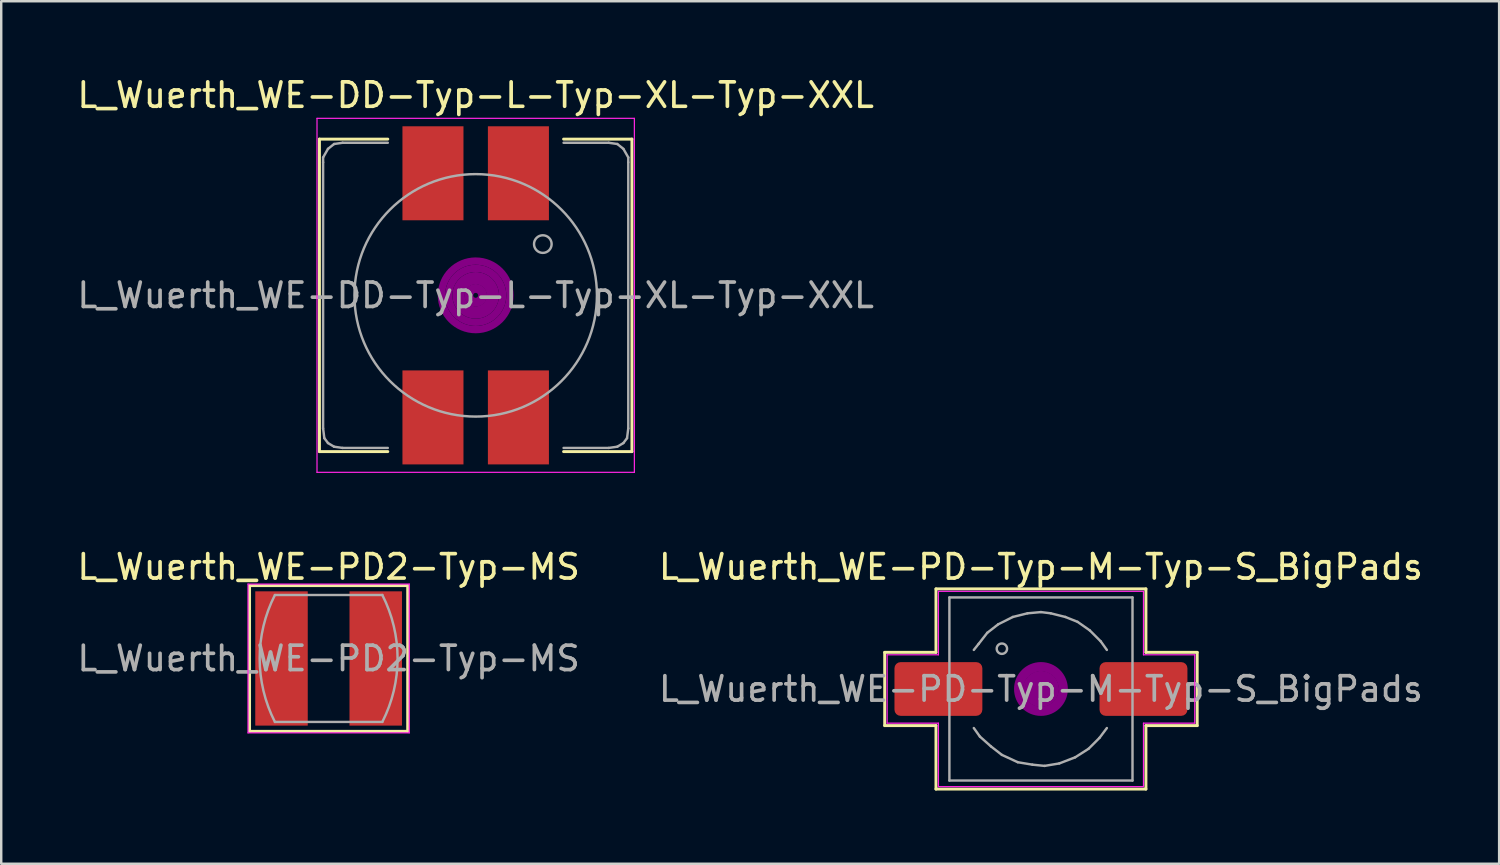
<source format=kicad_pcb>
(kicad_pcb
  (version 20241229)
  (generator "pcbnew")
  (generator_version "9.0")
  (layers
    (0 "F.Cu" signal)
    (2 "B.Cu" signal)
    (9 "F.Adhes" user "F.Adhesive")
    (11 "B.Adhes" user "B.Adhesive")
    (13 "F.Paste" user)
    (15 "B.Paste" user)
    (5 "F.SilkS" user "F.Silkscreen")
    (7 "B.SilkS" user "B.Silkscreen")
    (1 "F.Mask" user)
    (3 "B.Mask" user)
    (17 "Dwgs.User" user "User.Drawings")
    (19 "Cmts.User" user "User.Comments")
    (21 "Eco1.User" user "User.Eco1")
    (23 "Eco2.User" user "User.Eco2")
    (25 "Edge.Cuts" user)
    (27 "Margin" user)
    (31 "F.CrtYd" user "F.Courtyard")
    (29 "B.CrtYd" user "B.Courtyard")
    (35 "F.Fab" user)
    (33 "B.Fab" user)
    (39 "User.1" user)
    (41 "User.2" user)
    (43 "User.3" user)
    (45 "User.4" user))
  (footprint "L_Wuerth_WE-DD-Typ-L-Typ-XL-Typ-XXL"
    (layer "F.Cu")
    (at 16.435 9.048)
    (property "Reference" "L_Wuerth_WE-DD-Typ-L-Typ-XL-Typ-XXL" (at 0 -8.2 0) (layer "F.SilkS") (effects (font (size 1 1) (thickness 0.15))))
    (attr smd)
    (fp_line (start -6.4 -6.4) (end -3.6 -6.4) (stroke (width 0.12) (type solid)) (layer "F.SilkS"))
    (fp_line (start -6.4 6.4) (end -6.4 -6.4) (stroke (width 0.12) (type solid)) (layer "F.SilkS"))
    (fp_line (start -3.6 6.4) (end -6.4 6.4) (stroke (width 0.12) (type solid)) (layer "F.SilkS"))
    (fp_line (start 3.6 -6.4) (end 6.4 -6.4) (stroke (width 0.12) (type solid)) (layer "F.SilkS"))
    (fp_line (start 6.4 -6.4) (end 6.4 6.4) (stroke (width 0.12) (type solid)) (layer "F.SilkS"))
    (fp_line (start 6.4 6.4) (end 3.6 6.4) (stroke (width 0.12) (type solid)) (layer "F.SilkS"))
    (fp_circle (center 0 0) (end 0.1 0) (stroke (width 0.3) (type solid)) (fill no) (layer "F.Adhes"))
    (fp_circle (center 0 0) (end 0.3 0.1) (stroke (width 0.3) (type solid)) (fill no) (layer "F.Adhes"))
    (fp_circle (center 0 0) (end 0.6 0) (stroke (width 0.3) (type solid)) (fill no) (layer "F.Adhes"))
    (fp_circle (center 0 0) (end 0.8 -0.1) (stroke (width 0.3) (type solid)) (fill no) (layer "F.Adhes"))
    (fp_circle (center 0 0) (end 1.1 -0.1) (stroke (width 0.3) (type solid)) (fill no) (layer "F.Adhes"))
    (fp_circle (center 0 0) (end 1.4 -0.1) (stroke (width 0.3) (type solid)) (fill no) (layer "F.Adhes"))
    (fp_line (start -6.5 -7.25) (end 6.5 -7.25) (stroke (width 0.05) (type solid)) (layer "F.CrtYd"))
    (fp_line (start -6.5 7.25) (end -6.5 -7.25) (stroke (width 0.05) (type solid)) (layer "F.CrtYd"))
    (fp_line (start 6.5 -7.25) (end 6.5 7.25) (stroke (width 0.05) (type solid)) (layer "F.CrtYd"))
    (fp_line (start 6.5 7.25) (end -6.5 7.25) (stroke (width 0.05) (type solid)) (layer "F.CrtYd"))
    (fp_line (start -6.25 -5.65) (end -6.25 -5.45) (stroke (width 0.1) (type solid)) (layer "F.Fab"))
    (fp_line (start -6.25 -5.45) (end -6.25 5.45) (stroke (width 0.1) (type solid)) (layer "F.Fab"))
    (fp_line (start -6.2 5.85) (end -6.25 5.45) (stroke (width 0.1) (type solid)) (layer "F.Fab"))
    (fp_line (start -6.05 -6) (end -6.25 -5.65) (stroke (width 0.1) (type solid)) (layer "F.Fab"))
    (fp_line (start -6.05 6.05) (end -6.2 5.85) (stroke (width 0.1) (type solid)) (layer "F.Fab"))
    (fp_line (start -5.8 -6.2) (end -6.05 -6) (stroke (width 0.1) (type solid)) (layer "F.Fab"))
    (fp_line (start -5.8 6.2) (end -6.05 6.05) (stroke (width 0.1) (type solid)) (layer "F.Fab"))
    (fp_line (start -5.45 -6.25) (end -5.8 -6.2) (stroke (width 0.1) (type solid)) (layer "F.Fab"))
    (fp_line (start -5.45 6.25) (end -5.8 6.2) (stroke (width 0.1) (type solid)) (layer "F.Fab"))
    (fp_line (start -3.6 -6.25) (end -5.45 -6.25) (stroke (width 0.1) (type solid)) (layer "F.Fab"))
    (fp_line (start -3.6 6.25) (end -5.45 6.25) (stroke (width 0.1) (type solid)) (layer "F.Fab"))
    (fp_line (start 3.6 -6.25) (end 5.45 -6.25) (stroke (width 0.1) (type solid)) (layer "F.Fab"))
    (fp_line (start 3.6 6.25) (end 5.45 6.25) (stroke (width 0.1) (type solid)) (layer "F.Fab"))
    (fp_line (start 5.45 -6.25) (end 5.8 -6.2) (stroke (width 0.1) (type solid)) (layer "F.Fab"))
    (fp_line (start 5.45 6.25) (end 5.8 6.2) (stroke (width 0.1) (type solid)) (layer "F.Fab"))
    (fp_line (start 5.8 -6.2) (end 6.05 -6) (stroke (width 0.1) (type solid)) (layer "F.Fab"))
    (fp_line (start 5.8 6.2) (end 6.05 6.05) (stroke (width 0.1) (type solid)) (layer "F.Fab"))
    (fp_line (start 6.05 -6) (end 6.25 -5.65) (stroke (width 0.1) (type solid)) (layer "F.Fab"))
    (fp_line (start 6.05 6.05) (end 6.2 5.85) (stroke (width 0.1) (type solid)) (layer "F.Fab"))
    (fp_line (start 6.2 5.85) (end 6.25 5.45) (stroke (width 0.1) (type solid)) (layer "F.Fab"))
    (fp_line (start 6.25 -5.65) (end 6.25 -5.45) (stroke (width 0.1) (type solid)) (layer "F.Fab"))
    (fp_line (start 6.25 -5.45) (end 6.25 5.45) (stroke (width 0.1) (type solid)) (layer "F.Fab"))
    (fp_circle (center 0 0) (end 2.1 4.5) (stroke (width 0.1) (type solid)) (fill no) (layer "F.Fab"))
    (fp_circle (center 2.75 -2.1) (end 3.05 -1.9) (stroke (width 0.1) (type solid)) (fill no) (layer "F.Fab"))
    (fp_text user "${REFERENCE}" (at 0 0 0) (layer "F.Fab") (effects (font (size 1 1) (thickness 0.15))))
    (pad "1" smd rect (at -1.75 -5) (size 2.5 3.85) (layers "F.Cu" "F.Mask" "F.Paste"))
    (pad "2" smd rect (at 1.75 -5) (size 2.5 3.85) (layers "F.Cu" "F.Mask" "F.Paste"))
    (pad "3" smd rect (at 1.75 5) (size 2.5 3.85) (layers "F.Cu" "F.Mask" "F.Paste"))
    (pad "4" smd rect (at -1.75 5) (size 2.5 3.85) (layers "F.Cu" "F.Mask" "F.Paste")))
  (footprint "L_Wuerth_WE-PD2-Typ-MS"
    (layer "F.Cu")
    (at 10.411 23.922)
    (property "Reference" "L_Wuerth_WE-PD2-Typ-MS" (at 0 -3.75 0) (layer "F.SilkS") (effects (font (size 1 1) (thickness 0.15))))
    (attr smd)
    (fp_line (start -3.239 -2.985) (end 3.239 -2.985) (stroke (width 0.12) (type solid)) (layer "F.SilkS"))
    (fp_line (start -3.239 2.985) (end -3.239 -2.985) (stroke (width 0.12) (type solid)) (layer "F.SilkS"))
    (fp_line (start 3.239 -2.985) (end 3.239 2.985) (stroke (width 0.12) (type solid)) (layer "F.SilkS"))
    (fp_line (start 3.239 2.985) (end -3.239 2.985) (stroke (width 0.12) (type solid)) (layer "F.SilkS"))
    (fp_line (start -3.302 -3.048) (end 3.302 -3.048) (stroke (width 0.05) (type solid)) (layer "F.CrtYd"))
    (fp_line (start -3.302 3.048) (end -3.302 -3.048) (stroke (width 0.05) (type solid)) (layer "F.CrtYd"))
    (fp_line (start 3.302 -3.048) (end 3.302 3.048) (stroke (width 0.05) (type solid)) (layer "F.CrtYd"))
    (fp_line (start 3.302 3.048) (end -3.302 3.048) (stroke (width 0.05) (type solid)) (layer "F.CrtYd"))
    (fp_line (start -2.2 -2.6) (end 2.2 -2.6) (stroke (width 0.1) (type solid)) (layer "F.Fab"))
    (fp_line (start 2.2 2.6) (end -2.2 2.6) (stroke (width 0.1) (type solid)) (layer "F.Fab"))
    (fp_arc (start -2.2 2.6) (mid -2.824509 0.001265) (end -2.201149 -2.597745) (stroke (width 0.1) (type solid)) (layer "F.Fab"))
    (fp_arc (start 2.2 -2.6) (mid 2.824509 -0.001265) (end 2.201149 2.597745) (stroke (width 0.1) (type solid)) (layer "F.Fab"))
    (fp_text user "${REFERENCE}" (at 0 0 0) (layer "F.Fab") (effects (font (size 1 1) (thickness 0.15))))
    (pad "1" smd rect (at -1.93 0) (size 2.15 5.5) (layers "F.Cu" "F.Mask" "F.Paste"))
    (pad "2" smd rect (at 1.93 0) (size 2.15 5.5) (layers "F.Cu" "F.Mask" "F.Paste")))
  (footprint "L_Wuerth_WE-PD-Typ-M-Typ-S_BigPads"
    (layer "F.Cu")
    (at 39.589 25.172)
    (property "Reference" "L_Wuerth_WE-PD-Typ-M-Typ-S_BigPads" (at 0 -5 0) (layer "F.SilkS") (effects (font (size 1 1) (thickness 0.15))))
    (attr smd)
    (fp_line (start -6.4 -1.5) (end -6.4 1.5) (stroke (width 0.12) (type solid)) (layer "F.SilkS"))
    (fp_line (start -6.4 1.5) (end -4.3 1.5) (stroke (width 0.12) (type solid)) (layer "F.SilkS"))
    (fp_line (start -4.3 -4.1) (end -4.3 -1.5) (stroke (width 0.12) (type solid)) (layer "F.SilkS"))
    (fp_line (start -4.3 -1.5) (end -6.4 -1.5) (stroke (width 0.12) (type solid)) (layer "F.SilkS"))
    (fp_line (start -4.3 1.5) (end -4.3 4.1) (stroke (width 0.12) (type solid)) (layer "F.SilkS"))
    (fp_line (start -4.3 4.1) (end 4.3 4.1) (stroke (width 0.12) (type solid)) (layer "F.SilkS"))
    (fp_line (start 4.3 -4.1) (end -4.3 -4.1) (stroke (width 0.12) (type solid)) (layer "F.SilkS"))
    (fp_line (start 4.3 -1.5) (end 4.3 -4.1) (stroke (width 0.12) (type solid)) (layer "F.SilkS"))
    (fp_line (start 4.3 1.5) (end 6.4 1.5) (stroke (width 0.12) (type solid)) (layer "F.SilkS"))
    (fp_line (start 4.3 4.1) (end 4.3 1.5) (stroke (width 0.12) (type solid)) (layer "F.SilkS"))
    (fp_line (start 6.4 -1.5) (end 4.3 -1.5) (stroke (width 0.12) (type solid)) (layer "F.SilkS"))
    (fp_line (start 6.4 1.5) (end 6.4 -1.5) (stroke (width 0.12) (type solid)) (layer "F.SilkS"))
    (fp_circle (center 0 0) (end 0.15 0.15) (stroke (width 0.38) (type solid)) (fill no) (layer "F.Adhes"))
    (fp_circle (center 0 0) (end 0.55 0.05) (stroke (width 0.38) (type solid)) (fill no) (layer "F.Adhes"))
    (fp_circle (center 0 0) (end 0.9 0.15) (stroke (width 0.38) (type solid)) (fill no) (layer "F.Adhes"))
    (fp_line (start -6.3 -1.4) (end -6.3 1.4) (stroke (width 0.05) (type solid)) (layer "F.CrtYd"))
    (fp_line (start -6.3 1.4) (end -4.2 1.4) (stroke (width 0.05) (type solid)) (layer "F.CrtYd"))
    (fp_line (start -4.2 -4) (end -4.2 -1.4) (stroke (width 0.05) (type solid)) (layer "F.CrtYd"))
    (fp_line (start -4.2 -1.4) (end -6.3 -1.4) (stroke (width 0.05) (type solid)) (layer "F.CrtYd"))
    (fp_line (start -4.2 1.4) (end -4.2 4) (stroke (width 0.05) (type solid)) (layer "F.CrtYd"))
    (fp_line (start -4.2 4) (end 4.2 4) (stroke (width 0.05) (type solid)) (layer "F.CrtYd"))
    (fp_line (start 4.2 -4) (end -4.2 -4) (stroke (width 0.05) (type solid)) (layer "F.CrtYd"))
    (fp_line (start 4.2 -1.4) (end 4.2 -4) (stroke (width 0.05) (type solid)) (layer "F.CrtYd"))
    (fp_line (start 4.2 1.4) (end 6.3 1.4) (stroke (width 0.05) (type solid)) (layer "F.CrtYd"))
    (fp_line (start 4.2 4) (end 4.2 1.4) (stroke (width 0.05) (type solid)) (layer "F.CrtYd"))
    (fp_line (start 6.3 -1.4) (end 4.2 -1.4) (stroke (width 0.05) (type solid)) (layer "F.CrtYd"))
    (fp_line (start 6.3 1.4) (end 6.3 -1.4) (stroke (width 0.05) (type solid)) (layer "F.CrtYd"))
    (fp_line (start -3.75 -3.75) (end -3.75 3.75) (stroke (width 0.1) (type solid)) (layer "F.Fab"))
    (fp_line (start -3.75 3.75) (end 3.75 3.75) (stroke (width 0.1) (type solid)) (layer "F.Fab"))
    (fp_line (start -2.75 1.6) (end -2.5 1.95) (stroke (width 0.1) (type solid)) (layer "F.Fab"))
    (fp_line (start -2.55 -1.85) (end -2.75 -1.6) (stroke (width 0.1) (type solid)) (layer "F.Fab"))
    (fp_line (start -2.5 1.95) (end -2.05 2.35) (stroke (width 0.1) (type solid)) (layer "F.Fab"))
    (fp_line (start -2.2 -2.3) (end -2.55 -1.85) (stroke (width 0.1) (type solid)) (layer "F.Fab"))
    (fp_line (start -2.05 2.35) (end -1.6 2.7) (stroke (width 0.1) (type solid)) (layer "F.Fab"))
    (fp_line (start -1.75 -2.65) (end -2.2 -2.3) (stroke (width 0.1) (type solid)) (layer "F.Fab"))
    (fp_line (start -1.6 2.7) (end -0.95 3) (stroke (width 0.1) (type solid)) (layer "F.Fab"))
    (fp_line (start -1.15 -2.95) (end -1.75 -2.65) (stroke (width 0.1) (type solid)) (layer "F.Fab"))
    (fp_line (start -0.95 3) (end -0.35 3.1) (stroke (width 0.1) (type solid)) (layer "F.Fab"))
    (fp_line (start -0.55 -3.1) (end -1.15 -2.95) (stroke (width 0.1) (type solid)) (layer "F.Fab"))
    (fp_line (start -0.35 3.1) (end 0.15 3.15) (stroke (width 0.1) (type solid)) (layer "F.Fab"))
    (fp_line (start 0 -3.15) (end -0.55 -3.1) (stroke (width 0.1) (type solid)) (layer "F.Fab"))
    (fp_line (start 0.15 3.15) (end 0.75 3.05) (stroke (width 0.1) (type solid)) (layer "F.Fab"))
    (fp_line (start 0.4 -3.1) (end 0 -3.15) (stroke (width 0.1) (type solid)) (layer "F.Fab"))
    (fp_line (start 0.75 3.05) (end 1.4 2.8) (stroke (width 0.1) (type solid)) (layer "F.Fab"))
    (fp_line (start 1 -2.95) (end 0.4 -3.1) (stroke (width 0.1) (type solid)) (layer "F.Fab"))
    (fp_line (start 1.4 2.8) (end 1.95 2.45) (stroke (width 0.1) (type solid)) (layer "F.Fab"))
    (fp_line (start 1.5 -2.75) (end 1 -2.95) (stroke (width 0.1) (type solid)) (layer "F.Fab"))
    (fp_line (start 1.95 2.45) (end 2.4 2) (stroke (width 0.1) (type solid)) (layer "F.Fab"))
    (fp_line (start 2 -2.4) (end 1.5 -2.75) (stroke (width 0.1) (type solid)) (layer "F.Fab"))
    (fp_line (start 2.4 2) (end 2.7 1.6) (stroke (width 0.1) (type solid)) (layer "F.Fab"))
    (fp_line (start 2.45 -1.95) (end 2 -2.4) (stroke (width 0.1) (type solid)) (layer "F.Fab"))
    (fp_line (start 2.7 -1.6) (end 2.45 -1.95) (stroke (width 0.1) (type solid)) (layer "F.Fab"))
    (fp_line (start 3.75 -3.75) (end -3.75 -3.75) (stroke (width 0.1) (type solid)) (layer "F.Fab"))
    (fp_line (start 3.75 3.75) (end 3.75 -3.75) (stroke (width 0.1) (type solid)) (layer "F.Fab"))
    (fp_circle (center -1.6 -1.65) (end -1.45 -1.5) (stroke (width 0.1) (type solid)) (fill no) (layer "F.Fab"))
    (fp_text user "${REFERENCE}" (at 0 0 0) (layer "F.Fab") (effects (font (size 1 1) (thickness 0.15))))
    (pad "1" smd roundrect (at -4.2 0) (size 3.6 2.2) (layers "F.Cu" "F.Mask" "F.Paste") (roundrect_rratio 0.114))
    (pad "2" smd roundrect (at 4.2 0) (size 3.6 2.2) (layers "F.Cu" "F.Mask" "F.Paste") (roundrect_rratio 0.114)))
  (gr_rect
    (start -3 -3)
    (end 58.357 32.331)
    (stroke (width 0.1) (type default))
    (fill no)
    (layer "Edge.Cuts")))
</source>
